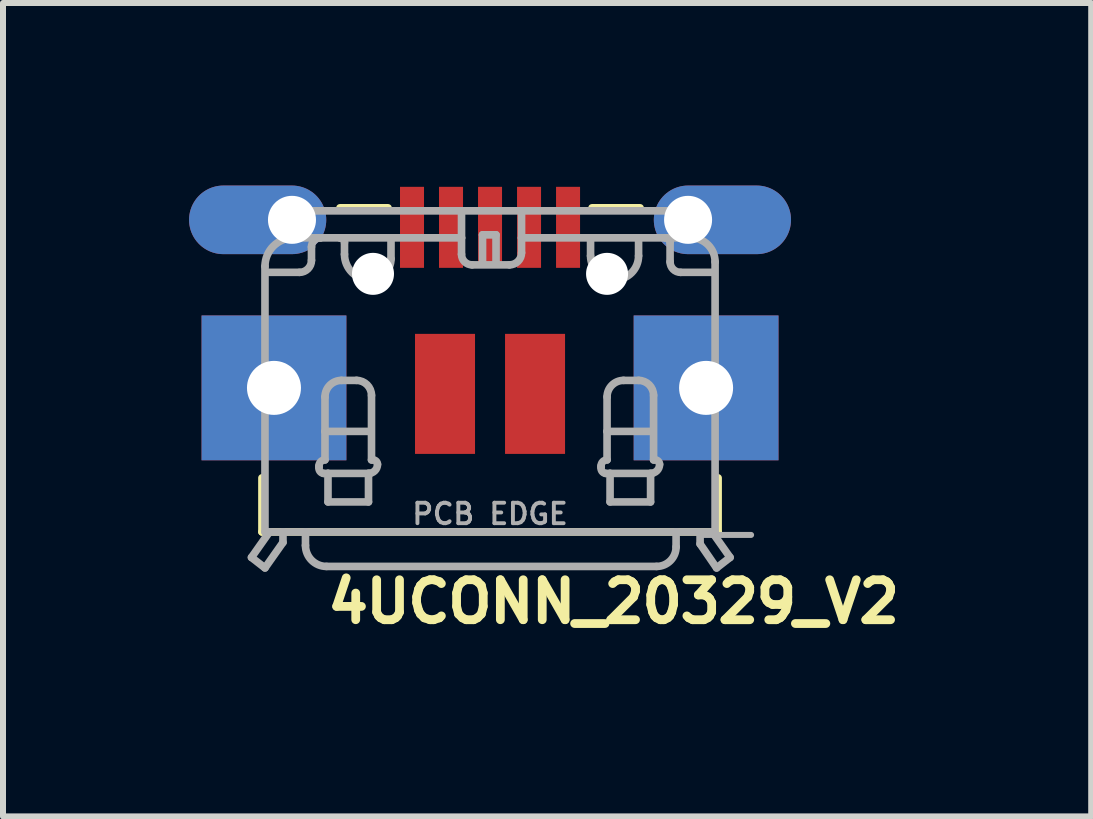
<source format=kicad_pcb>
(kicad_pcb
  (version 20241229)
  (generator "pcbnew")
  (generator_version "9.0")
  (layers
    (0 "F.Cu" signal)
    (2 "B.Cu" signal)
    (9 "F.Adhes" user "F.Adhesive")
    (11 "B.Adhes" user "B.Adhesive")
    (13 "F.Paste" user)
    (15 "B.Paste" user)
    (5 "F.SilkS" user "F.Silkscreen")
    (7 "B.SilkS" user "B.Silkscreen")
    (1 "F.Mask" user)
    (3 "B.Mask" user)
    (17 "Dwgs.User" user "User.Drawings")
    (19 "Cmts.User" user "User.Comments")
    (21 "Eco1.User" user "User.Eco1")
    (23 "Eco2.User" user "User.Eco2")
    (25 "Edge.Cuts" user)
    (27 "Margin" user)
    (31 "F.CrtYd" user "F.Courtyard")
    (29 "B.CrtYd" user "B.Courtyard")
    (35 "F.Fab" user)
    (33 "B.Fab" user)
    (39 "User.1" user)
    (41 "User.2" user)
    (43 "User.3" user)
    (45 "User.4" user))
  (footprint "4UCONN_20329_V2"
    (layer "F.Cu")
    (at 5.115 2.148)
    (property "Reference" "4UCONN_20329_V2" (at -2.778 5.217 0) (unlocked yes) (layer "F.SilkS") (effects (font (size 0.666 0.666) (thickness 0.146)) (justify left bottom)))
    (fp_poly (pts (xy -1.55 -0.685) (xy -1.05 -0.685) (xy -1.05 -2.135) (xy -1.55 -2.135)) (stroke (width 0) (type default)) (fill yes) (layer "F.Mask"))
    (fp_poly (pts (xy -0.9 -0.685) (xy -0.4 -0.685) (xy -0.4 -2.135) (xy -0.9 -2.135)) (stroke (width 0) (type default)) (fill yes) (layer "F.Mask"))
    (fp_poly (pts (xy -0.25 -0.685) (xy 0.25 -0.685) (xy 0.25 -2.135) (xy -0.25 -2.135)) (stroke (width 0) (type default)) (fill yes) (layer "F.Mask"))
    (fp_poly (pts (xy 0.4 -0.685) (xy 0.9 -0.685) (xy 0.9 -2.135) (xy 0.4 -2.135)) (stroke (width 0) (type default)) (fill yes) (layer "F.Mask"))
    (fp_poly (pts (xy 1.05 -0.685) (xy 1.55 -0.685) (xy 1.55 -2.135) (xy 1.05 -2.135)) (stroke (width 0) (type default)) (fill yes) (layer "F.Mask"))
    (fp_line (start -3.8 2.765) (end -3.8 3.665) (stroke (width 0.127) (type solid)) (layer "F.SilkS"))
    (fp_line (start -3.8 3.665) (end 3.8 3.665) (stroke (width 0.127) (type solid)) (layer "F.SilkS"))
    (fp_line (start -2.5 -1.735) (end -1.7 -1.735) (stroke (width 0.127) (type solid)) (layer "F.SilkS"))
    (fp_line (start 1.7 -1.735) (end 2.5 -1.735) (stroke (width 0.127) (type solid)) (layer "F.SilkS"))
    (fp_line (start 3.8 3.665) (end 3.8 2.765) (stroke (width 0.127) (type solid)) (layer "F.SilkS"))
    (fp_poly (pts (xy -4.85 2.515) (xy -2.35 2.515) (xy -2.35 0.015) (xy -4.85 0.015)) (stroke (width 0) (type default)) (fill yes) (layer "F.Paste"))
    (fp_poly (pts (xy -1.45 -0.785) (xy -1.15 -0.785) (xy -1.15 -2.035) (xy -1.45 -2.035)) (stroke (width 0) (type default)) (fill yes) (layer "F.Paste"))
    (fp_poly (pts (xy -0.8 -0.785) (xy -0.5 -0.785) (xy -0.5 -2.035) (xy -0.8 -2.035)) (stroke (width 0) (type default)) (fill yes) (layer "F.Paste"))
    (fp_poly (pts (xy -0.15 -0.785) (xy 0.15 -0.785) (xy 0.15 -2.035) (xy -0.15 -2.035)) (stroke (width 0) (type default)) (fill yes) (layer "F.Paste"))
    (fp_poly (pts (xy 0.5 -0.785) (xy 0.8 -0.785) (xy 0.8 -2.035) (xy 0.5 -2.035)) (stroke (width 0) (type default)) (fill yes) (layer "F.Paste"))
    (fp_poly (pts (xy 1.15 -0.785) (xy 1.45 -0.785) (xy 1.45 -2.035) (xy 1.15 -2.035)) (stroke (width 0) (type default)) (fill yes) (layer "F.Paste"))
    (fp_poly (pts (xy 2.35 2.515) (xy 4.85 2.515) (xy 4.85 0.015) (xy 2.35 0.015)) (stroke (width 0) (type default)) (fill yes) (layer "F.Paste"))
    (fp_poly (pts (xy -3.186 -2.134) (xy -3.03 -2.077) (xy -2.893 -1.981) (xy -2.786 -1.854) (xy -2.715 -1.702) (xy -2.686 -1.535) (xy -2.715 -1.368) (xy -2.786 -1.216) (xy -2.893 -1.089) (xy -3.03 -0.993) (xy -3.186 -0.936) (xy -3.347 -0.921) (xy -4.457 -0.921) (xy -4.767 -0.99) (xy -4.907 -1.089) (xy -5.014 -1.216) (xy -5.085 -1.368) (xy -5.115 -1.539) (xy -5.017 -1.85) (xy -4.907 -1.981) (xy -4.77 -2.077) (xy -4.614 -2.134) (xy -4.453 -2.148) (xy -3.347 -2.148)) (stroke (width 0) (type default)) (fill yes) (layer "F.Paste"))
    (fp_poly (pts (xy 4.614 -2.134) (xy 4.77 -2.077) (xy 4.907 -1.981) (xy 5.014 -1.854) (xy 5.085 -1.702) (xy 5.114 -1.535) (xy 5.085 -1.368) (xy 5.014 -1.216) (xy 4.907 -1.089) (xy 4.77 -0.993) (xy 4.614 -0.936) (xy 4.453 -0.921) (xy 3.343 -0.921) (xy 3.033 -0.99) (xy 2.893 -1.089) (xy 2.786 -1.216) (xy 2.715 -1.368) (xy 2.685 -1.539) (xy 2.783 -1.85) (xy 2.893 -1.981) (xy 3.03 -2.077) (xy 3.186 -2.134) (xy 3.347 -2.148) (xy 4.453 -2.148)) (stroke (width 0) (type default)) (fill yes) (layer "F.Paste"))
    (fp_line (start -3.975 4.09) (end -3.75 4.265) (stroke (width 0.127) (type solid)) (layer "F.Fab"))
    (fp_line (start -3.975 4.09) (end -3.675 3.665) (stroke (width 0.127) (type solid)) (layer "F.Fab"))
    (fp_line (start -3.75 -0.76) (end -3.75 3.665) (stroke (width 0.127) (type solid)) (layer "F.Fab"))
    (fp_line (start -3.75 3.665) (end -3.675 3.665) (stroke (width 0.127) (type solid)) (layer "F.Fab"))
    (fp_line (start -3.75 4.265) (end -3.45 3.84) (stroke (width 0.127) (type solid)) (layer "F.Fab"))
    (fp_line (start -3.725 -0.66) (end -3.175 -0.66) (stroke (width 0.127) (type solid)) (layer "F.Fab"))
    (fp_line (start -3.675 3.665) (end -3.45 3.665) (stroke (width 0.127) (type solid)) (layer "F.Fab"))
    (fp_line (start -3.575 -1.685) (end -0.475 -1.685) (stroke (width 0.127) (type solid)) (layer "F.Fab"))
    (fp_line (start -3.575 -1.385) (end -3.575 -1.685) (stroke (width 0.127) (type solid)) (layer "F.Fab"))
    (fp_line (start -3.45 3.665) (end -3.075 3.665) (stroke (width 0.127) (type solid)) (layer "F.Fab"))
    (fp_line (start -3.45 3.84) (end -3.45 3.665) (stroke (width 0.127) (type solid)) (layer "F.Fab"))
    (fp_line (start -3.425 -1.385) (end -3.575 -1.385) (stroke (width 0.127) (type solid)) (layer "F.Fab"))
    (fp_line (start -3.425 -1.26) (end -3.425 -1.385) (stroke (width 0.127) (type solid)) (layer "F.Fab"))
    (fp_line (start -3.075 3.665) (end -3.075 3.89) (stroke (width 0.127) (type solid)) (layer "F.Fab"))
    (fp_line (start -3.075 3.665) (end 3.1 3.665) (stroke (width 0.127) (type solid)) (layer "F.Fab"))
    (fp_line (start -2.975 -0.86) (end -2.975 -1.085) (stroke (width 0.127) (type solid)) (layer "F.Fab"))
    (fp_line (start -2.85 2.59) (end -2.85 2.565) (stroke (width 0.127) (type solid)) (layer "F.Fab"))
    (fp_line (start -2.825 -1.235) (end -3.275 -1.235) (stroke (width 0.127) (type solid)) (layer "F.Fab"))
    (fp_line (start -2.825 -1.235) (end -2.5 -1.235) (stroke (width 0.127) (type solid)) (layer "F.Fab"))
    (fp_line (start -2.75 1.99) (end -2.75 1.415) (stroke (width 0.127) (type solid)) (layer "F.Fab"))
    (fp_line (start -2.75 1.99) (end -2 1.99) (stroke (width 0.127) (type solid)) (layer "F.Fab"))
    (fp_line (start -2.75 2.465) (end -2.75 1.99) (stroke (width 0.127) (type solid)) (layer "F.Fab"))
    (fp_line (start -2.725 4.24) (end 2.775 4.24) (stroke (width 0.127) (type solid)) (layer "F.Fab"))
    (fp_line (start -2.7 2.69) (end -2.775 2.69) (stroke (width 0.127) (type solid)) (layer "F.Fab"))
    (fp_line (start -2.7 2.69) (end -2 2.69) (stroke (width 0.127) (type solid)) (layer "F.Fab"))
    (fp_line (start -2.7 3.165) (end -2.7 2.69) (stroke (width 0.127) (type solid)) (layer "F.Fab"))
    (fp_line (start -2.475 1.14) (end -2.225 1.14) (stroke (width 0.127) (type solid)) (layer "F.Fab"))
    (fp_line (start -2.425 -1.16) (end -2.425 -0.96) (stroke (width 0.127) (type solid)) (layer "F.Fab"))
    (fp_line (start -2.025 2.69) (end -2.025 3.165) (stroke (width 0.127) (type solid)) (layer "F.Fab"))
    (fp_line (start -2.025 3.165) (end -2.7 3.165) (stroke (width 0.127) (type solid)) (layer "F.Fab"))
    (fp_line (start -1.975 1.39) (end -1.975 2.465) (stroke (width 0.127) (type solid)) (layer "F.Fab"))
    (fp_line (start -1.975 2.465) (end -1.95 2.465) (stroke (width 0.127) (type solid)) (layer "F.Fab"))
    (fp_line (start -1.65 -1.235) (end -2.5 -1.235) (stroke (width 0.127) (type solid)) (layer "F.Fab"))
    (fp_line (start -1.65 -0.885) (end -1.65 -1.235) (stroke (width 0.127) (type solid)) (layer "F.Fab"))
    (fp_line (start -0.475 -1.685) (end 0.525 -1.685) (stroke (width 0.127) (type solid)) (layer "F.Fab"))
    (fp_line (start -0.475 -1.235) (end -1.65 -1.235) (stroke (width 0.127) (type solid)) (layer "F.Fab"))
    (fp_line (start -0.475 -1.235) (end -0.475 -1.685) (stroke (width 0.127) (type solid)) (layer "F.Fab"))
    (fp_line (start -0.475 -0.96) (end -0.475 -1.235) (stroke (width 0.127) (type solid)) (layer "F.Fab"))
    (fp_line (start -0.125 -1.285) (end 0.1 -1.285) (stroke (width 0.127) (type solid)) (layer "F.Fab"))
    (fp_line (start -0.125 -0.81) (end -0.125 -1.285) (stroke (width 0.127) (type solid)) (layer "F.Fab"))
    (fp_line (start 0.1 -1.285) (end 0.1 -0.81) (stroke (width 0.127) (type solid)) (layer "F.Fab"))
    (fp_line (start 0.325 -0.785) (end -0.3 -0.785) (stroke (width 0.127) (type solid)) (layer "F.Fab"))
    (fp_line (start 0.525 -1.685) (end 0.525 -1.235) (stroke (width 0.127) (type solid)) (layer "F.Fab"))
    (fp_line (start 0.525 -1.685) (end 3.6 -1.685) (stroke (width 0.127) (type solid)) (layer "F.Fab"))
    (fp_line (start 0.525 -1.235) (end 0.525 -0.985) (stroke (width 0.127) (type solid)) (layer "F.Fab"))
    (fp_line (start 1.675 -1.235) (end 0.525 -1.235) (stroke (width 0.127) (type solid)) (layer "F.Fab"))
    (fp_line (start 1.675 -1.235) (end 1.675 -0.935) (stroke (width 0.127) (type solid)) (layer "F.Fab"))
    (fp_line (start 1.85 2.59) (end 1.85 2.565) (stroke (width 0.127) (type solid)) (layer "F.Fab"))
    (fp_line (start 1.95 1.99) (end 1.95 1.415) (stroke (width 0.127) (type solid)) (layer "F.Fab"))
    (fp_line (start 1.95 1.99) (end 2.7 1.99) (stroke (width 0.127) (type solid)) (layer "F.Fab"))
    (fp_line (start 1.95 2.465) (end 1.95 1.99) (stroke (width 0.127) (type solid)) (layer "F.Fab"))
    (fp_line (start 2 2.69) (end 1.925 2.69) (stroke (width 0.127) (type solid)) (layer "F.Fab"))
    (fp_line (start 2 2.69) (end 2.7 2.69) (stroke (width 0.127) (type solid)) (layer "F.Fab"))
    (fp_line (start 2 3.165) (end 2 2.69) (stroke (width 0.127) (type solid)) (layer "F.Fab"))
    (fp_line (start 2.225 1.14) (end 2.475 1.14) (stroke (width 0.127) (type solid)) (layer "F.Fab"))
    (fp_line (start 2.475 -1.235) (end 1.675 -1.235) (stroke (width 0.127) (type solid)) (layer "F.Fab"))
    (fp_line (start 2.475 -1.235) (end 2.925 -1.235) (stroke (width 0.127) (type solid)) (layer "F.Fab"))
    (fp_line (start 2.475 -0.935) (end 2.475 -1.235) (stroke (width 0.127) (type solid)) (layer "F.Fab"))
    (fp_line (start 2.675 2.69) (end 2.675 3.165) (stroke (width 0.127) (type solid)) (layer "F.Fab"))
    (fp_line (start 2.675 3.165) (end 2 3.165) (stroke (width 0.127) (type solid)) (layer "F.Fab"))
    (fp_line (start 2.725 1.39) (end 2.725 2.465) (stroke (width 0.127) (type solid)) (layer "F.Fab"))
    (fp_line (start 2.725 2.465) (end 2.75 2.465) (stroke (width 0.127) (type solid)) (layer "F.Fab"))
    (fp_line (start 3 -1.16) (end 3 -0.835) (stroke (width 0.127) (type solid)) (layer "F.Fab"))
    (fp_line (start 3.1 3.665) (end 3.7 3.665) (stroke (width 0.127) (type solid)) (layer "F.Fab"))
    (fp_line (start 3.1 3.915) (end 3.1 3.665) (stroke (width 0.127) (type solid)) (layer "F.Fab"))
    (fp_line (start 3.175 -0.66) (end 3.725 -0.66) (stroke (width 0.127) (type solid)) (layer "F.Fab"))
    (fp_line (start 3.35 -1.41) (end 3.35 -1.235) (stroke (width 0.127) (type solid)) (layer "F.Fab"))
    (fp_line (start 3.35 -1.235) (end 2.925 -1.235) (stroke (width 0.127) (type solid)) (layer "F.Fab"))
    (fp_line (start 3.5 3.715) (end 4.35 3.715) (stroke (width 0.1) (type solid)) (layer "F.Fab"))
    (fp_line (start 3.5 3.865) (end 3.5 3.715) (stroke (width 0.127) (type solid)) (layer "F.Fab"))
    (fp_line (start 3.6 -1.685) (end 3.6 -1.41) (stroke (width 0.127) (type solid)) (layer "F.Fab"))
    (fp_line (start 3.6 -1.41) (end 3.35 -1.41) (stroke (width 0.127) (type solid)) (layer "F.Fab"))
    (fp_line (start 3.7 3.665) (end 3.75 3.665) (stroke (width 0.127) (type solid)) (layer "F.Fab"))
    (fp_line (start 3.7 3.665) (end 4 4.09) (stroke (width 0.127) (type solid)) (layer "F.Fab"))
    (fp_line (start 3.75 3.665) (end 3.75 -0.835) (stroke (width 0.127) (type solid)) (layer "F.Fab"))
    (fp_line (start 3.775 4.265) (end 3.5 3.865) (stroke (width 0.127) (type solid)) (layer "F.Fab"))
    (fp_line (start 4 4.09) (end 3.775 4.265) (stroke (width 0.127) (type solid)) (layer "F.Fab"))
    (fp_arc (start -3.75 -0.76) (mid -3.610876 -1.095876) (end -3.275 -1.235) (stroke (width 0.127) (type solid)) (layer "F.Fab"))
    (fp_arc (start -2.975 -1.085) (mid -2.931066 -1.191066) (end -2.825 -1.235) (stroke (width 0.127) (type solid)) (layer "F.Fab"))
    (fp_arc (start -2.975 -0.86) (mid -3.033579 -0.718579) (end -3.175 -0.66) (stroke (width 0.127) (type solid)) (layer "F.Fab"))
    (fp_arc (start -2.85 2.565) (mid -2.820711 2.494289) (end -2.75 2.465) (stroke (width 0.127) (type solid)) (layer "F.Fab"))
    (fp_arc (start -2.775 2.69) (mid -2.833211 2.655533) (end -2.85 2.59) (stroke (width 0.127) (type solid)) (layer "F.Fab"))
    (fp_arc (start -2.75 1.415) (mid -2.669454 1.220546) (end -2.475 1.14) (stroke (width 0.127) (type solid)) (layer "F.Fab"))
    (fp_arc (start -2.725 4.24) (mid -2.972487 4.137487) (end -3.075 3.89) (stroke (width 0.127) (type solid)) (layer "F.Fab"))
    (fp_arc (start -2.5 -1.235) (mid -2.446967 -1.213033) (end -2.425 -1.16) (stroke (width 0.127) (type solid)) (layer "F.Fab"))
    (fp_arc (start -2.225 1.14) (mid -2.048223 1.213223) (end -1.975 1.39) (stroke (width 0.127) (type solid)) (layer "F.Fab"))
    (fp_arc (start -2 -0.535) (mid -2.30052 -0.65948) (end -2.425 -0.96) (stroke (width 0.127) (type solid)) (layer "F.Fab"))
    (fp_arc (start -1.95 2.465) (mid -1.896967 2.486967) (end -1.875 2.54) (stroke (width 0.127) (type solid)) (layer "F.Fab"))
    (fp_arc (start -1.875 2.54) (mid -1.918934 2.646066) (end -2.025 2.69) (stroke (width 0.127) (type solid)) (layer "F.Fab"))
    (fp_arc (start -1.65 -0.885) (mid -1.752513 -0.637513) (end -2 -0.535) (stroke (width 0.127) (type solid)) (layer "F.Fab"))
    (fp_arc (start -0.3 -0.785) (mid -0.423744 -0.836256) (end -0.475 -0.96) (stroke (width 0.127) (type solid)) (layer "F.Fab"))
    (fp_arc (start 0.525 -0.985) (mid 0.466421 -0.843579) (end 0.325 -0.785) (stroke (width 0.127) (type solid)) (layer "F.Fab"))
    (fp_arc (start 1.85 2.565) (mid 1.879289 2.494289) (end 1.95 2.465) (stroke (width 0.127) (type solid)) (layer "F.Fab"))
    (fp_arc (start 1.925 2.69) (mid 1.866789 2.655533) (end 1.85 2.59) (stroke (width 0.127) (type solid)) (layer "F.Fab"))
    (fp_arc (start 1.95 1.415) (mid 2.030546 1.220546) (end 2.225 1.14) (stroke (width 0.127) (type solid)) (layer "F.Fab"))
    (fp_arc (start 2.075 -0.535) (mid 1.792157 -0.652157) (end 1.675 -0.935) (stroke (width 0.127) (type solid)) (layer "F.Fab"))
    (fp_arc (start 2.475 -0.935) (mid 2.357843 -0.652157) (end 2.075 -0.535) (stroke (width 0.127) (type solid)) (layer "F.Fab"))
    (fp_arc (start 2.475 1.14) (mid 2.651777 1.213223) (end 2.725 1.39) (stroke (width 0.127) (type solid)) (layer "F.Fab"))
    (fp_arc (start 2.75 2.465) (mid 2.803033 2.486967) (end 2.825 2.54) (stroke (width 0.127) (type solid)) (layer "F.Fab"))
    (fp_arc (start 2.825 2.54) (mid 2.781066 2.646066) (end 2.675 2.69) (stroke (width 0.127) (type solid)) (layer "F.Fab"))
    (fp_arc (start 2.925 -1.235) (mid 2.978033 -1.213033) (end 3 -1.16) (stroke (width 0.127) (type solid)) (layer "F.Fab"))
    (fp_arc (start 3.1 3.915) (mid 3.00481 4.14481) (end 2.775 4.24) (stroke (width 0.127) (type solid)) (layer "F.Fab"))
    (fp_arc (start 3.175 -0.66) (mid 3.051256 -0.711256) (end 3 -0.835) (stroke (width 0.127) (type solid)) (layer "F.Fab"))
    (fp_arc (start 3.35 -1.235) (mid 3.632843 -1.117843) (end 3.75 -0.835) (stroke (width 0.127) (type solid)) (layer "F.Fab"))
    (fp_text user "PCB EDGE" (at 0 3.365 0) (unlocked yes) (layer "F.Fab") (effects (font (size 0.341 0.341) (thickness 0.065))))
    (pad "" np_thru_hole circle (at -1.95 -0.635) (size 0.7 0.7) (drill 0.7) (layers "*.Cu" "*.Mask"))
    (pad "" np_thru_hole circle (at 1.95 -0.635) (size 0.7 0.7) (drill 0.7) (layers "*.Cu" "*.Mask"))
    (pad "BASE@1" smd rect (at -0.75 1.365 90) (size 2 1) (layers "F.Cu" "F.Mask" "F.Paste"))
    (pad "BASE@2" smd rect (at 0.75 1.365 90) (size 2 1) (layers "F.Cu" "F.Mask" "F.Paste"))
    (pad "D+" smd rect (at 0 -1.41) (size 0.4 1.35) (layers "F.Cu"))
    (pad "D-" smd rect (at -0.65 -1.41) (size 0.4 1.35) (layers "F.Cu"))
    (pad "GND" smd rect (at 1.3 -1.41) (size 0.4 1.35) (layers "F.Cu"))
    (pad "ID" smd rect (at 0.65 -1.41) (size 0.4 1.35) (layers "F.Cu"))
    (pad "SPRT@1" thru_hole oval (at -3.3 -1.535 180) (size 2.286 1.143) (drill 0.8 (offset 0.572 0)) (layers "*.Cu" "*.Mask"))
    (pad "SPRT@2" thru_hole oval (at 3.3 -1.535) (size 2.286 1.143) (drill 0.8 (offset 0.572 0)) (layers "*.Cu" "*.Mask"))
    (pad "SPRT@3" thru_hole rect (at -3.6 1.265 90) (size 2.413 2.413) (drill 0.9) (layers "*.Cu" "*.Mask"))
    (pad "SPRT@4" thru_hole rect (at 3.6 1.265 90) (size 2.413 2.413) (drill 0.9) (layers "*.Cu" "*.Mask"))
    (pad "VBUS" smd rect (at -1.3 -1.41) (size 0.4 1.35) (layers "F.Cu")))
  (gr_rect
    (start -3 -3)
    (end 15.132 10.553)
    (stroke (width 0.1) (type default))
    (fill no)
    (layer "Edge.Cuts")))
</source>
